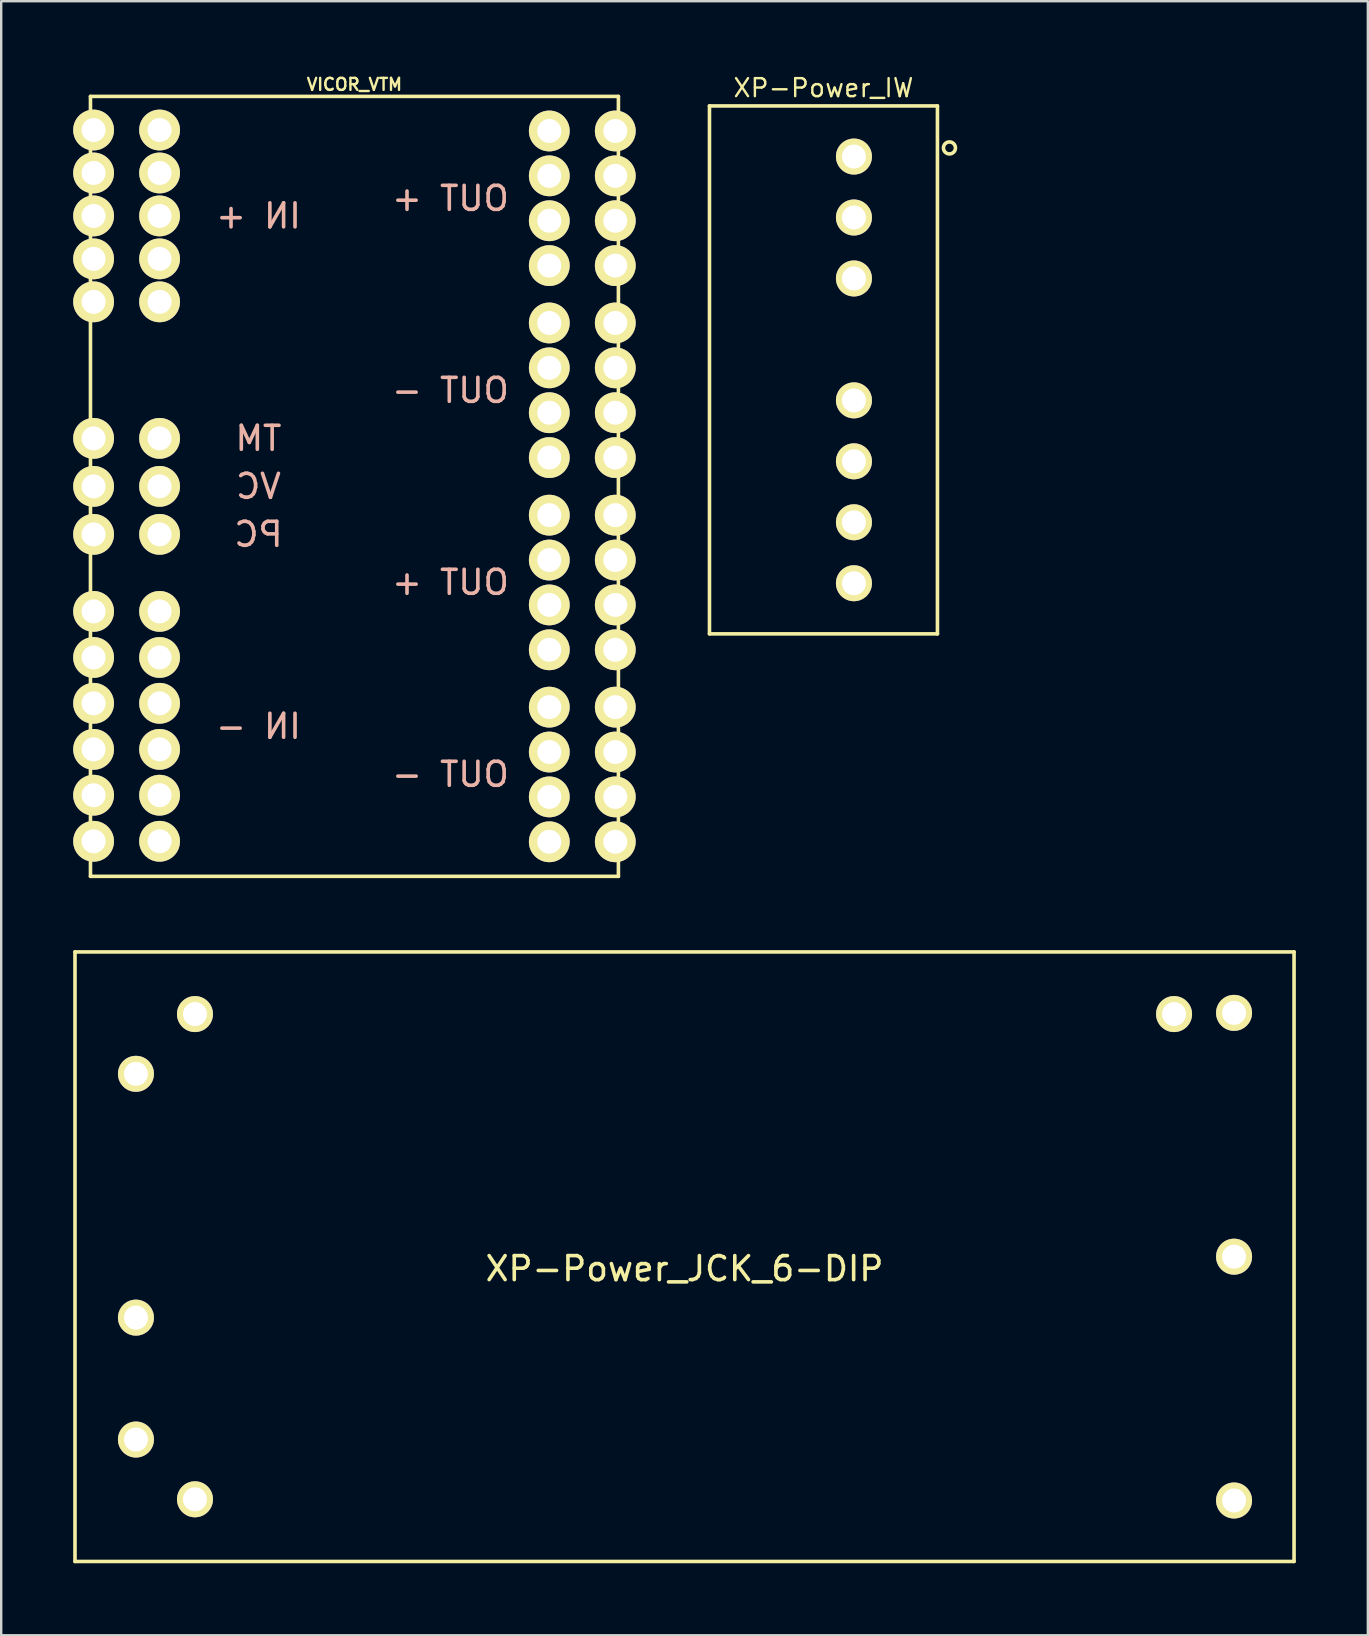
<source format=kicad_pcb>
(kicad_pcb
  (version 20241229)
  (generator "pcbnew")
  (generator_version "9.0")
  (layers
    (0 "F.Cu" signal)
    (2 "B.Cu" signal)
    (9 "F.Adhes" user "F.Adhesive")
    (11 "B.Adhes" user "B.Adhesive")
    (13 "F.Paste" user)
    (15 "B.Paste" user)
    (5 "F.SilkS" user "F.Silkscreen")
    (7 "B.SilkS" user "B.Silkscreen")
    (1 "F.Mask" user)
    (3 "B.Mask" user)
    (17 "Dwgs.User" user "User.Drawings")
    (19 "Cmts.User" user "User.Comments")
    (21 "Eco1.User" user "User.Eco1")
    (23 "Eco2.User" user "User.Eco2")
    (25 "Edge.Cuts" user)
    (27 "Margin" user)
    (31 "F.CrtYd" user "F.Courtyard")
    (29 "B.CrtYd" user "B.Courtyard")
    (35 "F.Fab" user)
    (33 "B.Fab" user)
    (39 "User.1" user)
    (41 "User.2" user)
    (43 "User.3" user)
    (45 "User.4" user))
  (footprint "XP-Power_JCK_6-DIP"
    (layer "F.Cu")
    (at 25.475 49.318)
    (property "Reference" "XP-Power_JCK_6-DIP" (at 0 0.5 0) (layer "F.SilkS") (effects (font (size 1 1) (thickness 0.15))))
    (attr through_hole)
    (fp_line (start -25.4 -12.7) (end 25.4 -12.7) (stroke (width 0.15) (type solid)) (layer "F.SilkS"))
    (fp_line (start -25.4 12.7) (end -25.4 -12.7) (stroke (width 0.15) (type solid)) (layer "F.SilkS"))
    (fp_line (start -25.4 12.7) (end 25.4 12.7) (stroke (width 0.15) (type solid)) (layer "F.SilkS"))
    (fp_line (start 25.4 12.7) (end 25.4 -12.7) (stroke (width 0.15) (type solid)) (layer "F.SilkS"))
    (pad "1" thru_hole circle (at -22.86 7.62) (size 1.5 1.5) (drill 1) (layers "*.Cu" "*.Mask" "F.SilkS"))
    (pad "2" thru_hole circle (at -22.86 2.54) (size 1.5 1.5) (drill 1) (layers "*.Cu" "*.Mask" "F.SilkS"))
    (pad "3" thru_hole circle (at -22.86 -7.62) (size 1.5 1.5) (drill 1) (layers "*.Cu" "*.Mask" "F.SilkS"))
    (pad "4" thru_hole circle (at 22.9 10.16) (size 1.5 1.5) (drill 1) (layers "*.Cu" "*.Mask" "F.SilkS"))
    (pad "5" thru_hole circle (at 22.9 0) (size 1.5 1.5) (drill 1) (layers "*.Cu" "*.Mask" "F.SilkS"))
    (pad "6" thru_hole circle (at 22.9 -10.16) (size 1.5 1.5) (drill 1) (layers "*.Cu" "*.Mask" "F.SilkS"))
    (pad "7" thru_hole circle (at -20.4 -10.11) (size 1.5 1.5) (drill 1) (layers "*.Cu" "*.Mask" "F.SilkS"))
    (pad "7" thru_hole circle (at -20.4 10.11) (size 1.5 1.5) (drill 1) (layers "*.Cu" "*.Mask" "F.SilkS"))
    (pad "7" thru_hole circle (at 20.4 -10.11) (size 1.5 1.5) (drill 1) (layers "*.Cu" "*.Mask" "F.SilkS")))
  (footprint "XP-Power_IW"
    (layer "F.Cu")
    (at 31.265 12.364)
    (property "Reference" "XP-Power_IW" (at 0 -11.75 0) (layer "F.SilkS") (effects (font (size 0.75 0.75) (thickness 0.1))))
    (attr smd)
    (fp_line (start -4.75 -11) (end -4.75 11) (stroke (width 0.15) (type solid)) (layer "F.SilkS"))
    (fp_line (start -4.75 -11) (end 4.75 -11) (stroke (width 0.15) (type solid)) (layer "F.SilkS"))
    (fp_line (start -4.75 11) (end 4.75 11) (stroke (width 0.15) (type solid)) (layer "F.SilkS"))
    (fp_line (start 4.75 11) (end 4.75 -11) (stroke (width 0.15) (type solid)) (layer "F.SilkS"))
    (fp_circle (center 5.25 -9.25) (end 5.25 -9.5) (stroke (width 0.15) (type solid)) (fill no) (layer "F.SilkS"))
    (pad "1" thru_hole circle (at 1.27 -8.89) (size 1.5 1.5) (drill 1) (layers "*.Cu" "*.Mask" "F.SilkS"))
    (pad "2" thru_hole circle (at 1.27 -6.35) (size 1.5 1.5) (drill 1) (layers "*.Cu" "*.Mask" "F.SilkS"))
    (pad "3" thru_hole circle (at 1.27 -3.81) (size 1.5 1.5) (drill 1) (layers "*.Cu" "*.Mask" "F.SilkS"))
    (pad "5" thru_hole circle (at 1.27 1.27) (size 1.5 1.5) (drill 1) (layers "*.Cu" "*.Mask" "F.SilkS"))
    (pad "6" thru_hole circle (at 1.27 3.81) (size 1.5 1.5) (drill 1) (layers "*.Cu" "*.Mask" "F.SilkS"))
    (pad "7" thru_hole circle (at 1.27 6.35) (size 1.5 1.5) (drill 1) (layers "*.Cu" "*.Mask" "F.SilkS"))
    (pad "8" thru_hole circle (at 1.27 8.89) (size 1.5 1.5) (drill 1) (layers "*.Cu" "*.Mask" "F.SilkS")))
  (footprint "VICOR_VTM"
    (layer "F.Cu")
    (at 11.72 17.218)
    (property "Reference" "VICOR_VTM" (at 0 -16.75 0) (layer "F.SilkS") (effects (font (size 0.5 0.5) (thickness 0.1))))
    (attr through_hole)
    (fp_line (start -11 -16.25) (end -11 16.25) (stroke (width 0.15) (type solid)) (layer "F.SilkS"))
    (fp_line (start -11 16.25) (end 11 16.25) (stroke (width 0.15) (type solid)) (layer "F.SilkS"))
    (fp_line (start 11 -16.25) (end -11 -16.25) (stroke (width 0.15) (type solid)) (layer "F.SilkS"))
    (fp_line (start 11 16.25) (end 11 -16.25) (stroke (width 0.15) (type solid)) (layer "F.SilkS"))
    (fp_text user "OUT +" (at 4 -12 0) (layer "B.SilkS") (effects (font (size 1 1) (thickness 0.15)) (justify mirror)))
    (fp_text user "IN +" (at -4 -11.27 0) (layer "B.SilkS") (effects (font (size 1 1) (thickness 0.15)) (justify mirror)))
    (fp_text user "TM" (at -4 -2 0) (layer "B.SilkS") (effects (font (size 1 1) (thickness 0.15)) (justify mirror)))
    (fp_text user "OUT +" (at 4 4 0) (layer "B.SilkS") (effects (font (size 1 1) (thickness 0.15)) (justify mirror)))
    (fp_text user "VC" (at -4 0 0) (layer "B.SilkS") (effects (font (size 1 1) (thickness 0.15)) (justify mirror)))
    (fp_text user "OUT -" (at 4 12 0) (layer "B.SilkS") (effects (font (size 1 1) (thickness 0.15)) (justify mirror)))
    (fp_text user "IN -" (at -4 10 0) (layer "B.SilkS") (effects (font (size 1 1) (thickness 0.15)) (justify mirror)))
    (fp_text user "PC" (at -4 2 0) (layer "B.SilkS") (effects (font (size 1 1) (thickness 0.15)) (justify mirror)))
    (fp_text user "OUT -" (at 4 -4 0) (layer "B.SilkS") (effects (font (size 1 1) (thickness 0.15)) (justify mirror)))
    (pad "1" thru_hole circle (at -10.87 -14.85) (size 1.7 1.7) (drill 1) (layers "*.Cu" "*.Mask" "F.SilkS"))
    (pad "1" thru_hole circle (at -10.87 -13.06) (size 1.7 1.7) (drill 1) (layers "*.Cu" "*.Mask" "F.SilkS"))
    (pad "1" thru_hole circle (at -10.87 -11.27) (size 1.7 1.7) (drill 1) (layers "*.Cu" "*.Mask" "F.SilkS"))
    (pad "1" thru_hole circle (at -10.87 -9.48) (size 1.7 1.7) (drill 1) (layers "*.Cu" "*.Mask" "F.SilkS"))
    (pad "1" thru_hole circle (at -10.87 -7.69) (size 1.7 1.7) (drill 1) (layers "*.Cu" "*.Mask" "F.SilkS"))
    (pad "1" thru_hole circle (at -8.12 -14.85) (size 1.7 1.7) (drill 1) (layers "*.Cu" "*.Mask" "F.SilkS"))
    (pad "1" thru_hole circle (at -8.12 -13.06) (size 1.7 1.7) (drill 1) (layers "*.Cu" "*.Mask" "F.SilkS"))
    (pad "1" thru_hole circle (at -8.12 -11.27) (size 1.7 1.7) (drill 1) (layers "*.Cu" "*.Mask" "F.SilkS"))
    (pad "1" thru_hole circle (at -8.12 -9.48) (size 1.7 1.7) (drill 1) (layers "*.Cu" "*.Mask" "F.SilkS"))
    (pad "1" thru_hole circle (at -8.12 -7.69) (size 1.7 1.7) (drill 1) (layers "*.Cu" "*.Mask" "F.SilkS"))
    (pad "2" thru_hole circle (at -10.87 -2) (size 1.7 1.7) (drill 1) (layers "*.Cu" "*.Mask" "F.SilkS"))
    (pad "2" thru_hole circle (at -8.12 -2) (size 1.7 1.7) (drill 1) (layers "*.Cu" "*.Mask" "F.SilkS"))
    (pad "3" thru_hole circle (at -10.87 0) (size 1.7 1.7) (drill 1) (layers "*.Cu" "*.Mask" "F.SilkS"))
    (pad "3" thru_hole circle (at -8.12 0) (size 1.7 1.7) (drill 1) (layers "*.Cu" "*.Mask" "F.SilkS"))
    (pad "4" thru_hole circle (at -10.87 2) (size 1.7 1.7) (drill 1) (layers "*.Cu" "*.Mask" "F.SilkS"))
    (pad "4" thru_hole circle (at -8.12 2) (size 1.7 1.7) (drill 1) (layers "*.Cu" "*.Mask" "F.SilkS"))
    (pad "5" thru_hole circle (at -10.87 5.21) (size 1.7 1.7) (drill 1) (layers "*.Cu" "*.Mask" "F.SilkS"))
    (pad "5" thru_hole circle (at -10.87 7.13) (size 1.7 1.7) (drill 1) (layers "*.Cu" "*.Mask" "F.SilkS"))
    (pad "5" thru_hole circle (at -10.87 9.04) (size 1.7 1.7) (drill 1) (layers "*.Cu" "*.Mask" "F.SilkS"))
    (pad "5" thru_hole circle (at -10.87 10.96) (size 1.7 1.7) (drill 1) (layers "*.Cu" "*.Mask" "F.SilkS"))
    (pad "5" thru_hole circle (at -10.87 12.87) (size 1.7 1.7) (drill 1) (layers "*.Cu" "*.Mask" "F.SilkS"))
    (pad "5" thru_hole circle (at -10.87 14.79) (size 1.7 1.7) (drill 1) (layers "*.Cu" "*.Mask" "F.SilkS"))
    (pad "5" thru_hole circle (at -8.12 5.21) (size 1.7 1.7) (drill 1) (layers "*.Cu" "*.Mask" "F.SilkS"))
    (pad "5" thru_hole circle (at -8.12 7.13) (size 1.7 1.7) (drill 1) (layers "*.Cu" "*.Mask" "F.SilkS"))
    (pad "5" thru_hole circle (at -8.12 9.04) (size 1.7 1.7) (drill 1) (layers "*.Cu" "*.Mask" "F.SilkS"))
    (pad "5" thru_hole circle (at -8.12 10.96) (size 1.7 1.7) (drill 1) (layers "*.Cu" "*.Mask" "F.SilkS"))
    (pad "5" thru_hole circle (at -8.12 12.87) (size 1.7 1.7) (drill 1) (layers "*.Cu" "*.Mask" "F.SilkS"))
    (pad "5" thru_hole circle (at -8.12 14.79) (size 1.7 1.7) (drill 1) (layers "*.Cu" "*.Mask" "F.SilkS"))
    (pad "6" thru_hole circle (at 8.12 -14.81) (size 1.7 1.7) (drill 1) (layers "*.Cu" "*.Mask" "F.SilkS"))
    (pad "6" thru_hole circle (at 8.12 -12.94) (size 1.7 1.7) (drill 1) (layers "*.Cu" "*.Mask" "F.SilkS"))
    (pad "6" thru_hole circle (at 8.12 -11.07) (size 1.7 1.7) (drill 1) (layers "*.Cu" "*.Mask" "F.SilkS"))
    (pad "6" thru_hole circle (at 8.12 -9.2) (size 1.7 1.7) (drill 1) (layers "*.Cu" "*.Mask" "F.SilkS"))
    (pad "6" thru_hole circle (at 8.12 1.2) (size 1.7 1.7) (drill 1) (layers "*.Cu" "*.Mask" "F.SilkS"))
    (pad "6" thru_hole circle (at 8.12 3.07) (size 1.7 1.7) (drill 1) (layers "*.Cu" "*.Mask" "F.SilkS"))
    (pad "6" thru_hole circle (at 8.12 4.94) (size 1.7 1.7) (drill 1) (layers "*.Cu" "*.Mask" "F.SilkS"))
    (pad "6" thru_hole circle (at 8.12 6.81) (size 1.7 1.7) (drill 1) (layers "*.Cu" "*.Mask" "F.SilkS"))
    (pad "6" thru_hole circle (at 10.87 -14.81) (size 1.7 1.7) (drill 1) (layers "*.Cu" "*.Mask" "F.SilkS"))
    (pad "6" thru_hole circle (at 10.87 -12.94) (size 1.7 1.7) (drill 1) (layers "*.Cu" "*.Mask" "F.SilkS"))
    (pad "6" thru_hole circle (at 10.87 -11.07) (size 1.7 1.7) (drill 1) (layers "*.Cu" "*.Mask" "F.SilkS"))
    (pad "6" thru_hole circle (at 10.87 -9.2) (size 1.7 1.7) (drill 1) (layers "*.Cu" "*.Mask" "F.SilkS"))
    (pad "6" thru_hole circle (at 10.87 1.2) (size 1.7 1.7) (drill 1) (layers "*.Cu" "*.Mask" "F.SilkS"))
    (pad "6" thru_hole circle (at 10.87 3.07) (size 1.7 1.7) (drill 1) (layers "*.Cu" "*.Mask" "F.SilkS"))
    (pad "6" thru_hole circle (at 10.87 4.94) (size 1.7 1.7) (drill 1) (layers "*.Cu" "*.Mask" "F.SilkS"))
    (pad "6" thru_hole circle (at 10.87 6.81) (size 1.7 1.7) (drill 1) (layers "*.Cu" "*.Mask" "F.SilkS"))
    (pad "7" thru_hole circle (at 8.12 -6.81) (size 1.7 1.7) (drill 1) (layers "*.Cu" "*.Mask" "F.SilkS"))
    (pad "7" thru_hole circle (at 8.12 -4.94) (size 1.7 1.7) (drill 1) (layers "*.Cu" "*.Mask" "F.SilkS"))
    (pad "7" thru_hole circle (at 8.12 -3.07) (size 1.7 1.7) (drill 1) (layers "*.Cu" "*.Mask" "F.SilkS"))
    (pad "7" thru_hole circle (at 8.12 -1.2) (size 1.7 1.7) (drill 1) (layers "*.Cu" "*.Mask" "F.SilkS"))
    (pad "7" thru_hole circle (at 8.12 9.2) (size 1.7 1.7) (drill 1) (layers "*.Cu" "*.Mask" "F.SilkS"))
    (pad "7" thru_hole circle (at 8.12 11.07) (size 1.7 1.7) (drill 1) (layers "*.Cu" "*.Mask" "F.SilkS"))
    (pad "7" thru_hole circle (at 8.12 12.94) (size 1.7 1.7) (drill 1) (layers "*.Cu" "*.Mask" "F.SilkS"))
    (pad "7" thru_hole circle (at 8.12 14.81) (size 1.7 1.7) (drill 1) (layers "*.Cu" "*.Mask" "F.SilkS"))
    (pad "7" thru_hole circle (at 10.87 -6.81) (size 1.7 1.7) (drill 1) (layers "*.Cu" "*.Mask" "F.SilkS"))
    (pad "7" thru_hole circle (at 10.87 -4.94) (size 1.7 1.7) (drill 1) (layers "*.Cu" "*.Mask" "F.SilkS"))
    (pad "7" thru_hole circle (at 10.87 -3.07) (size 1.7 1.7) (drill 1) (layers "*.Cu" "*.Mask" "F.SilkS"))
    (pad "7" thru_hole circle (at 10.87 -1.2) (size 1.7 1.7) (drill 1) (layers "*.Cu" "*.Mask" "F.SilkS"))
    (pad "7" thru_hole circle (at 10.87 9.2) (size 1.7 1.7) (drill 1) (layers "*.Cu" "*.Mask" "F.SilkS"))
    (pad "7" thru_hole circle (at 10.87 11.07) (size 1.7 1.7) (drill 1) (layers "*.Cu" "*.Mask" "F.SilkS"))
    (pad "7" thru_hole circle (at 10.87 12.94) (size 1.7 1.7) (drill 1) (layers "*.Cu" "*.Mask" "F.SilkS"))
    (pad "7" thru_hole circle (at 10.87 14.81) (size 1.7 1.7) (drill 1) (layers "*.Cu" "*.Mask" "F.SilkS")))
  (gr_rect
    (start -3 -3)
    (end 53.95 65.093)
    (stroke (width 0.1) (type default))
    (fill no)
    (layer "Edge.Cuts")))
</source>
